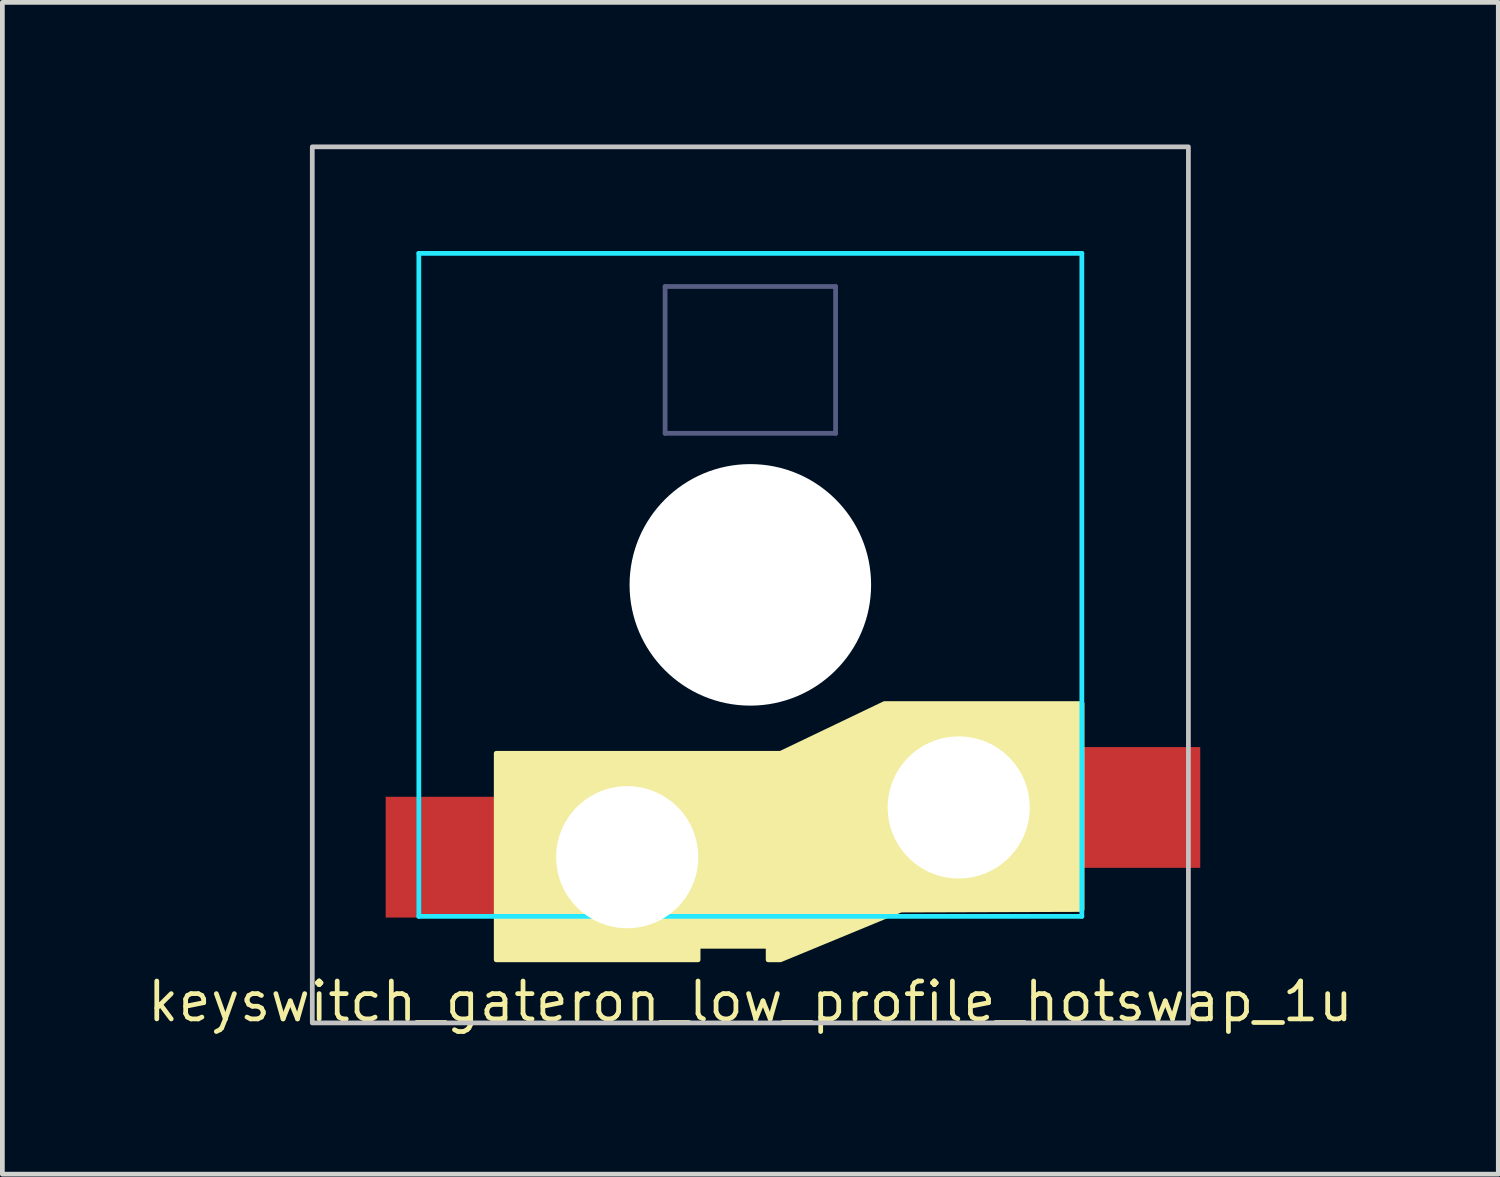
<source format=kicad_pcb>
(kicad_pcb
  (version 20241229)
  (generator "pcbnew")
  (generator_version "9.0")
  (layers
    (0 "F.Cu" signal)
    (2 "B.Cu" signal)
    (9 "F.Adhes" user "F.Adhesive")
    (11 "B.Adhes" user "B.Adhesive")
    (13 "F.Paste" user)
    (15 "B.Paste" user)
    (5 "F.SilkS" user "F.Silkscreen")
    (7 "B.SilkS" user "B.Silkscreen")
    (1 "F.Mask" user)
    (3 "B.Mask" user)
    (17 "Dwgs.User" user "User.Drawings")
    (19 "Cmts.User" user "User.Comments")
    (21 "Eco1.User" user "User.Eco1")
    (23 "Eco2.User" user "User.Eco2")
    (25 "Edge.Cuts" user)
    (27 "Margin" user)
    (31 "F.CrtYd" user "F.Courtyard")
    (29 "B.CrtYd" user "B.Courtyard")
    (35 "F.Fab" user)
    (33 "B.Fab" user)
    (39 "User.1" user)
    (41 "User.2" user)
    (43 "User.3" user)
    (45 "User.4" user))
  (footprint "keyswitch_gateron_low_profile_hotswap_1u"
    (layer "F.Cu")
    (at 12.794 9.3)
    (property "Reference" "keyswitch_gateron_low_profile_hotswap_1u" (at 0 8.8 0) (layer "F.SilkS") (effects (font (size 0.8 0.8) (thickness 0.1) (bold yes))))
    (attr smd)
    (fp_poly (pts (xy -5.366 3.557) (xy 0.637 3.557) (xy 2.83 2.507) (xy 7.004 2.507) (xy 7.004 6.855) (xy 3.178 6.867) (xy 0.637 7.917) (xy 0.376 7.917) (xy 0.376 7.632) (xy -1.103 7.632) (xy -1.103 7.917) (xy -5.366 7.917)) (stroke (width 0.1) (type solid)) (fill yes) (layer "F.SilkS"))
    (fp_rect (start -9.25 -9.25) (end 9.25 9.25) (stroke (width 0.1) (type solid)) (fill no) (layer "Dwgs.User"))
    (fp_line (start -7 -7) (end -7 7) (stroke (width 0.1) (type solid)) (layer "B.CrtYd"))
    (fp_line (start -7 7) (end 7 7) (stroke (width 0.1) (type solid)) (layer "B.CrtYd"))
    (fp_line (start 7 -7) (end -7 -7) (stroke (width 0.1) (type solid)) (layer "B.CrtYd"))
    (fp_line (start 7 7) (end 7 -7) (stroke (width 0.1) (type solid)) (layer "B.CrtYd"))
    (fp_line (start -1.8 -6.3) (end 1.8 -6.3) (stroke (width 0.1) (type default)) (layer "B.Fab"))
    (fp_line (start -1.8 -3.2) (end -1.8 -6.3) (stroke (width 0.1) (type default)) (layer "B.Fab"))
    (fp_line (start -1.8 -3.2) (end 1.8 -3.2) (stroke (width 0.1) (type default)) (layer "B.Fab"))
    (fp_line (start 1.8 -3.2) (end 1.8 -6.3) (stroke (width 0.1) (type default)) (layer "B.Fab"))
    (pad "" np_thru_hole circle (at -2.6 5.75 90) (size 3 3) (drill 3) (layers "*.Cu" "*.Mask"))
    (pad "" np_thru_hole circle (at 0 0 90) (size 5.1 5.1) (drill 5.1) (layers "*.Cu" "*.Mask"))
    (pad "" np_thru_hole circle (at 4.4 4.7 90) (size 3 3) (drill 3) (layers "*.Cu" "*.Mask"))
    (pad "1" smd rect (at 8.25 4.7 180) (size 2.5 2.55) (layers "F.Cu" "F.Mask" "F.Paste"))
    (pad "2" smd rect (at -6.45 5.75 180) (size 2.5 2.55) (layers "F.Cu" "F.Mask" "F.Paste")))
  (gr_rect
    (start -3 -3)
    (end 28.588 21.744)
    (stroke (width 0.1) (type default))
    (fill no)
    (layer "Edge.Cuts")))
</source>
